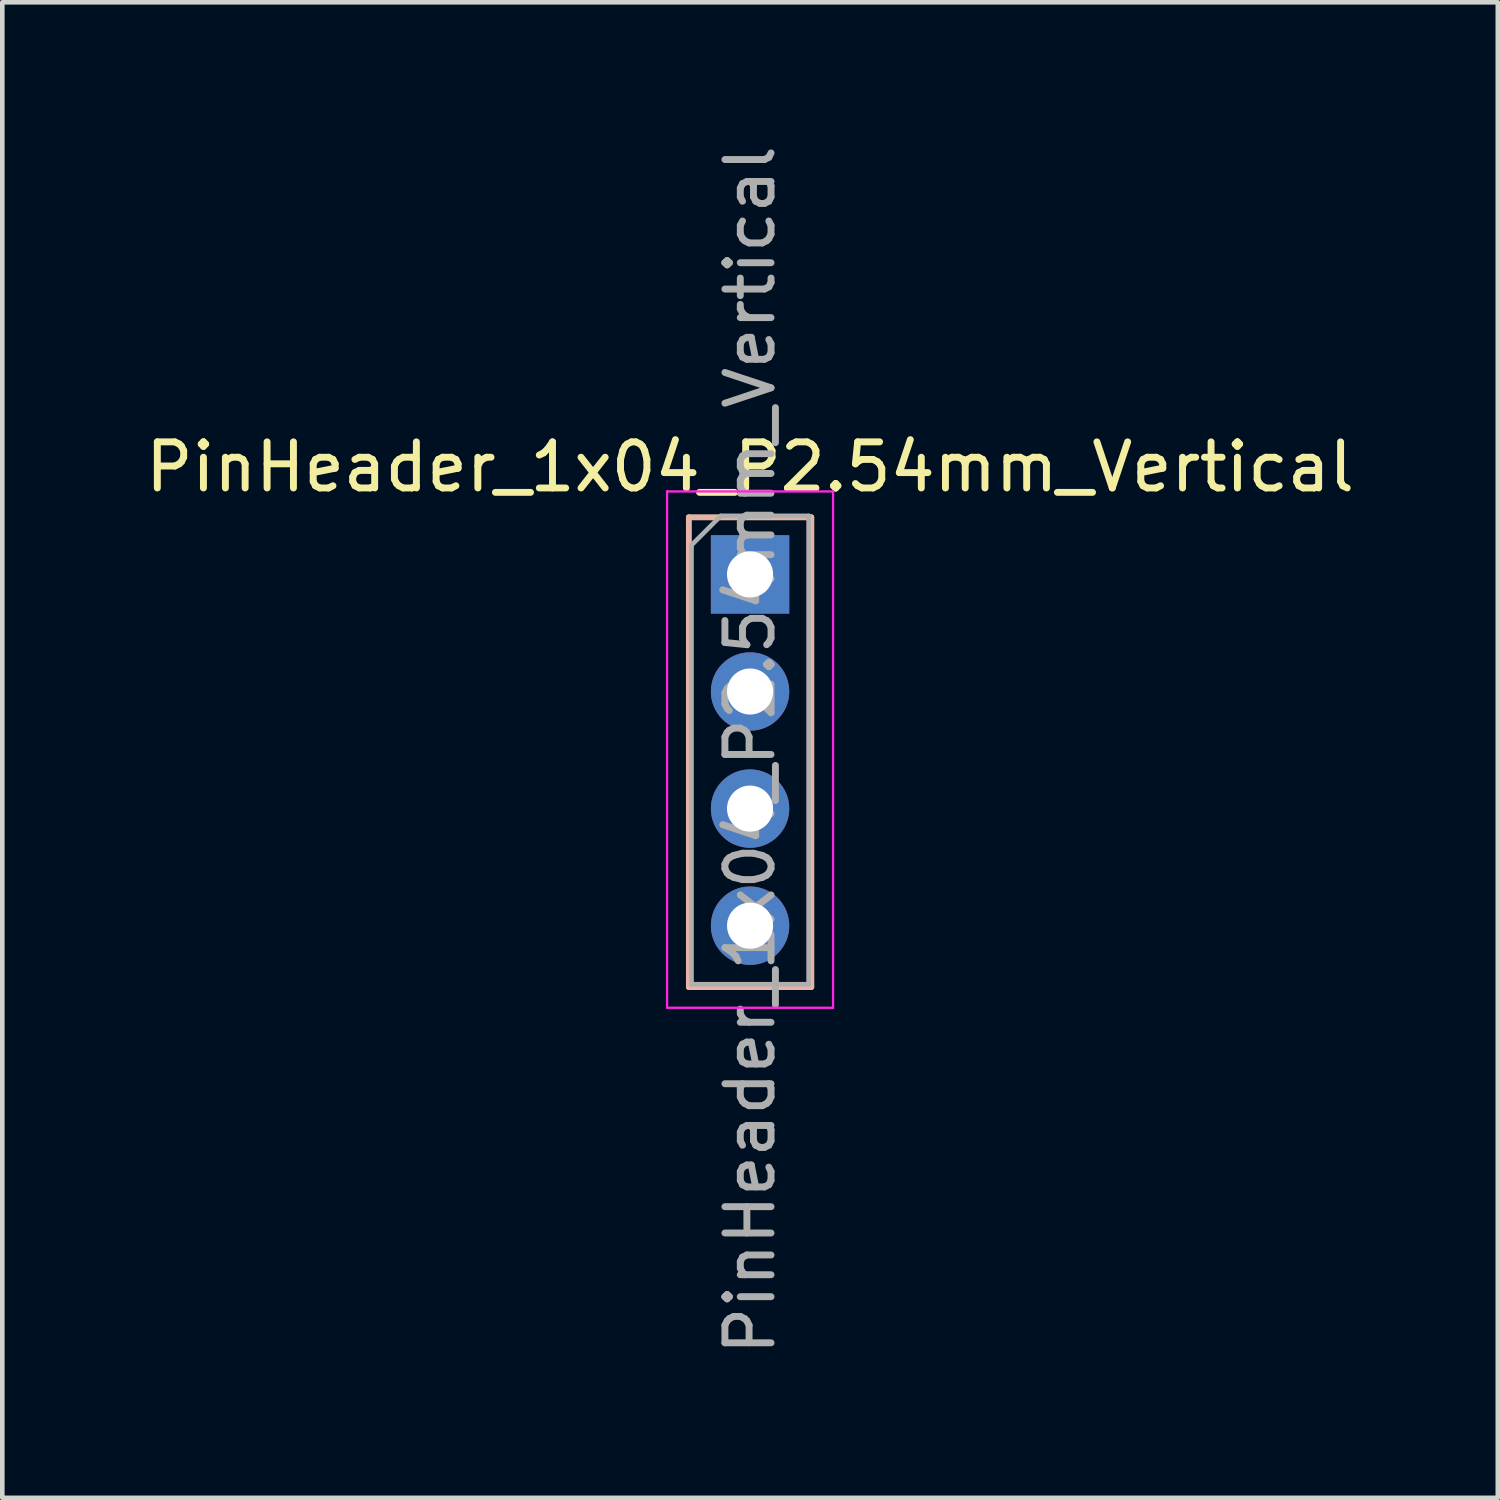
<source format=kicad_pcb>
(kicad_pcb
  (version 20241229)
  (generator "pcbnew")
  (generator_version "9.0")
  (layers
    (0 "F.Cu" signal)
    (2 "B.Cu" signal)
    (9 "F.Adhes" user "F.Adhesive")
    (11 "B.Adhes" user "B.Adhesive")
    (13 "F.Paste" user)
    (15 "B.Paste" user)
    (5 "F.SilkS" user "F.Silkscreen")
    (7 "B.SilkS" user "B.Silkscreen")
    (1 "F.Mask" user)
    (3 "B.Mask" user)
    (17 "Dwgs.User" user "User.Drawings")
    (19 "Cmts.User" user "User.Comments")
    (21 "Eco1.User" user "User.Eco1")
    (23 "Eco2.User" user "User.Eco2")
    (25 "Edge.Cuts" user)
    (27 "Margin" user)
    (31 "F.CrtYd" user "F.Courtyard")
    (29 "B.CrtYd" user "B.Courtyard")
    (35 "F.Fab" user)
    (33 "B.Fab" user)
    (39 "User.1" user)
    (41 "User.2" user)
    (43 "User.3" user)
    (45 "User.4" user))
  (footprint "PinHeader_1x04_P2.54mm_Vertical"
    (layer "F.Cu")
    (at 13.22 9.41)
    (property "Reference" "PinHeader_1x04_P2.54mm_Vertical" (at 0 -2.33 0) (layer "F.SilkS") (effects (font (size 1 1) (thickness 0.15))))
    (attr through_hole)
    (fp_line (start -1.33 -1.238) (end -1.33 8.95) (stroke (width 0.12) (type solid)) (layer "F.SilkS"))
    (fp_line (start -1.33 -1.238) (end 1.33 -1.238) (stroke (width 0.12) (type solid)) (layer "F.SilkS"))
    (fp_line (start -1.33 8.95) (end 1.33 8.95) (stroke (width 0.12) (type solid)) (layer "F.SilkS"))
    (fp_line (start 1.33 -1.238) (end 1.33 8.95) (stroke (width 0.12) (type solid)) (layer "F.SilkS"))
    (fp_line (start -1.33 -1.238) (end -1.33 8.95) (stroke (width 0.12) (type solid)) (layer "B.SilkS"))
    (fp_line (start 1.33 -1.238) (end -1.33 -1.238) (stroke (width 0.12) (type solid)) (layer "B.SilkS"))
    (fp_line (start 1.33 -1.238) (end 1.33 8.95) (stroke (width 0.12) (type solid)) (layer "B.SilkS"))
    (fp_line (start 1.33 8.95) (end -1.33 8.95) (stroke (width 0.12) (type solid)) (layer "B.SilkS"))
    (fp_line (start -1.8 -1.8) (end -1.8 9.4) (stroke (width 0.05) (type solid)) (layer "F.CrtYd"))
    (fp_line (start -1.8 9.4) (end 1.8 9.4) (stroke (width 0.05) (type solid)) (layer "F.CrtYd"))
    (fp_line (start 1.8 -1.8) (end -1.8 -1.8) (stroke (width 0.05) (type solid)) (layer "F.CrtYd"))
    (fp_line (start 1.8 9.4) (end 1.8 -1.8) (stroke (width 0.05) (type solid)) (layer "F.CrtYd"))
    (fp_line (start -1.27 -0.635) (end -0.635 -1.27) (stroke (width 0.1) (type solid)) (layer "F.Fab"))
    (fp_line (start -1.27 8.89) (end -1.27 -0.635) (stroke (width 0.1) (type solid)) (layer "F.Fab"))
    (fp_line (start -0.635 -1.27) (end 1.27 -1.27) (stroke (width 0.1) (type solid)) (layer "F.Fab"))
    (fp_line (start 1.27 -1.27) (end 1.27 8.89) (stroke (width 0.1) (type solid)) (layer "F.Fab"))
    (fp_line (start 1.27 8.89) (end -1.27 8.89) (stroke (width 0.1) (type solid)) (layer "F.Fab"))
    (fp_text user "${REFERENCE}" (at 0 3.81 90) (layer "F.Fab") (effects (font (size 1 1) (thickness 0.15))))
    (pad "1" thru_hole rect (at 0 0) (size 1.7 1.7) (drill 1) (layers "*.Cu" "*.Mask"))
    (pad "2" thru_hole oval (at 0 2.54) (size 1.7 1.7) (drill 1) (layers "*.Cu" "*.Mask"))
    (pad "3" thru_hole oval (at 0 5.08) (size 1.7 1.7) (drill 1) (layers "*.Cu" "*.Mask"))
    (pad "4" thru_hole oval (at 0 7.62) (size 1.7 1.7) (drill 1) (layers "*.Cu" "*.Mask")))
  (gr_rect
    (start -3 -3)
    (end 29.44 29.44)
    (stroke (width 0.1) (type default))
    (fill no)
    (layer "Edge.Cuts")))
</source>
